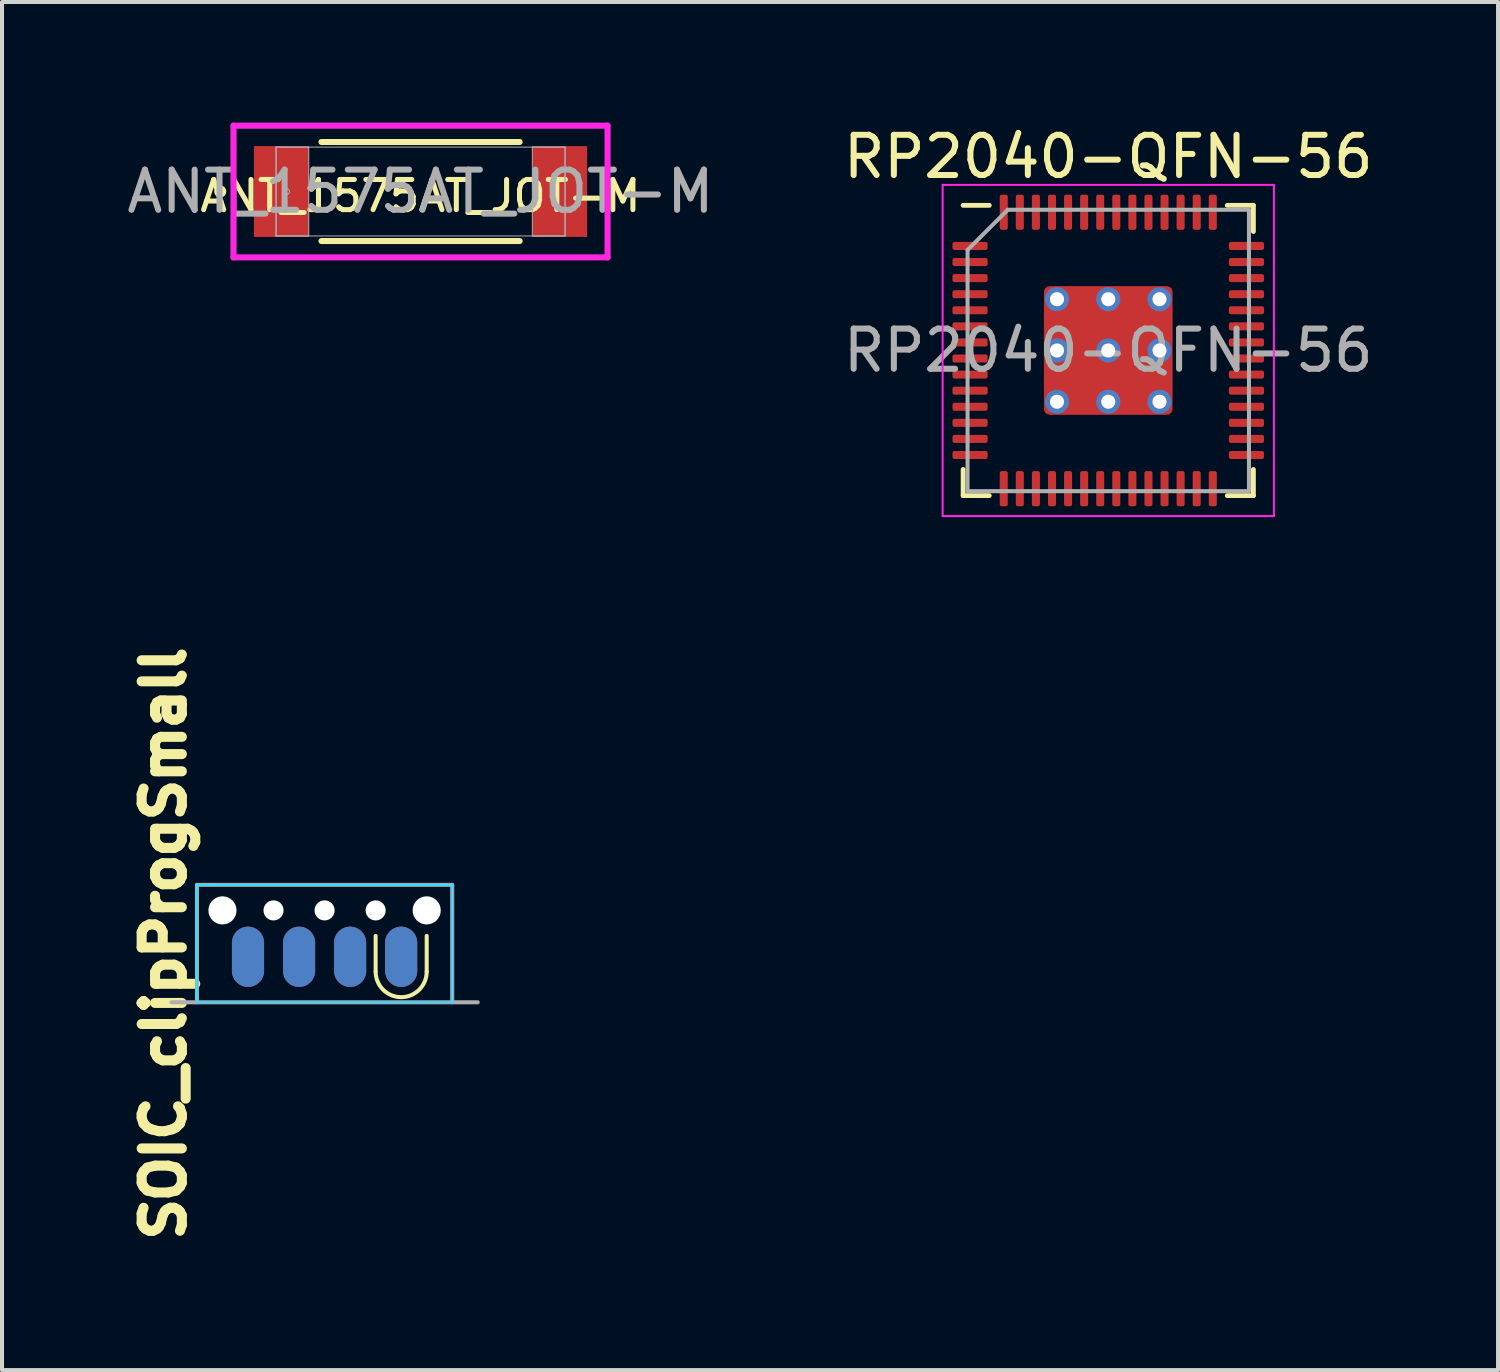
<source format=kicad_pcb>
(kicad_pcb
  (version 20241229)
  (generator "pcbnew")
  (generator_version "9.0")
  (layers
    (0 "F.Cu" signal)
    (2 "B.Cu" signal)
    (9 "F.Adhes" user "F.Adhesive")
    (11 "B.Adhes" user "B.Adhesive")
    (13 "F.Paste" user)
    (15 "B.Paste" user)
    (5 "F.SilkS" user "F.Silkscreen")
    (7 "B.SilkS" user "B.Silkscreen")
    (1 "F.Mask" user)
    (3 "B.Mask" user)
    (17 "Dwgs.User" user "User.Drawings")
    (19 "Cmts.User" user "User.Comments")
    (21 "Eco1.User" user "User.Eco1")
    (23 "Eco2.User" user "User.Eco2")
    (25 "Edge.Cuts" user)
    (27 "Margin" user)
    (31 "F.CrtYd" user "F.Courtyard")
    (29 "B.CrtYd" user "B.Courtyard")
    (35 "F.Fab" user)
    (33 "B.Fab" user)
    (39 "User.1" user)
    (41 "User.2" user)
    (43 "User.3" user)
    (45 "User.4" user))
  (footprint "RP2040-QFN-56"
    (layer "F.Cu")
    (at 24.518 5.668)
    (property "Reference" "RP2040-QFN-56" (at 0 -4.82 0) (layer "F.SilkS") (effects (font (size 1 1) (thickness 0.15))))
    (attr smd)
    (fp_line (start -3.61 3.61) (end -3.61 2.96) (stroke (width 0.12) (type solid)) (layer "F.SilkS"))
    (fp_line (start -2.96 -3.61) (end -3.61 -3.61) (stroke (width 0.12) (type solid)) (layer "F.SilkS"))
    (fp_line (start -2.96 3.61) (end -3.61 3.61) (stroke (width 0.12) (type solid)) (layer "F.SilkS"))
    (fp_line (start 2.96 -3.61) (end 3.61 -3.61) (stroke (width 0.12) (type solid)) (layer "F.SilkS"))
    (fp_line (start 2.96 3.61) (end 3.61 3.61) (stroke (width 0.12) (type solid)) (layer "F.SilkS"))
    (fp_line (start 3.61 -3.61) (end 3.61 -2.96) (stroke (width 0.12) (type solid)) (layer "F.SilkS"))
    (fp_line (start 3.61 3.61) (end 3.61 2.96) (stroke (width 0.12) (type solid)) (layer "F.SilkS"))
    (fp_line (start -4.12 -4.12) (end -4.12 4.12) (stroke (width 0.05) (type solid)) (layer "F.CrtYd"))
    (fp_line (start -4.12 4.12) (end 4.12 4.12) (stroke (width 0.05) (type solid)) (layer "F.CrtYd"))
    (fp_line (start 4.12 -4.12) (end -4.12 -4.12) (stroke (width 0.05) (type solid)) (layer "F.CrtYd"))
    (fp_line (start 4.12 4.12) (end 4.12 -4.12) (stroke (width 0.05) (type solid)) (layer "F.CrtYd"))
    (fp_line (start -3.5 -2.5) (end -2.5 -3.5) (stroke (width 0.1) (type solid)) (layer "F.Fab"))
    (fp_line (start -3.5 3.5) (end -3.5 -2.5) (stroke (width 0.1) (type solid)) (layer "F.Fab"))
    (fp_line (start -2.5 -3.5) (end 3.5 -3.5) (stroke (width 0.1) (type solid)) (layer "F.Fab"))
    (fp_line (start 3.5 -3.5) (end 3.5 3.5) (stroke (width 0.1) (type solid)) (layer "F.Fab"))
    (fp_line (start 3.5 3.5) (end -3.5 3.5) (stroke (width 0.1) (type solid)) (layer "F.Fab"))
    (fp_text user "${REFERENCE}" (at 0 0 0) (layer "F.Fab") (effects (font (size 1 1) (thickness 0.15))))
    (pad "" smd roundrect (at -0.637 -0.637) (size 1.084 1.084) (layers "F.Paste") (roundrect_rratio 0.231))
    (pad "" smd roundrect (at -0.637 0.637) (size 1.084 1.084) (layers "F.Paste") (roundrect_rratio 0.231))
    (pad "" smd roundrect (at 0.637 -0.637) (size 1.084 1.084) (layers "F.Paste") (roundrect_rratio 0.231))
    (pad "" smd roundrect (at 0.637 0.637) (size 1.084 1.084) (layers "F.Paste") (roundrect_rratio 0.231))
    (pad "1" smd roundrect (at -3.438 -2.6) (size 0.875 0.2) (layers "F.Cu" "F.Mask" "F.Paste") (roundrect_rratio 0.25))
    (pad "2" smd roundrect (at -3.438 -2.2) (size 0.875 0.2) (layers "F.Cu" "F.Mask" "F.Paste") (roundrect_rratio 0.25))
    (pad "3" smd roundrect (at -3.438 -1.8) (size 0.875 0.2) (layers "F.Cu" "F.Mask" "F.Paste") (roundrect_rratio 0.25))
    (pad "4" smd roundrect (at -3.438 -1.4) (size 0.875 0.2) (layers "F.Cu" "F.Mask" "F.Paste") (roundrect_rratio 0.25))
    (pad "5" smd roundrect (at -3.438 -1) (size 0.875 0.2) (layers "F.Cu" "F.Mask" "F.Paste") (roundrect_rratio 0.25))
    (pad "6" smd roundrect (at -3.438 -0.6) (size 0.875 0.2) (layers "F.Cu" "F.Mask" "F.Paste") (roundrect_rratio 0.25))
    (pad "7" smd roundrect (at -3.438 -0.2) (size 0.875 0.2) (layers "F.Cu" "F.Mask" "F.Paste") (roundrect_rratio 0.25))
    (pad "8" smd roundrect (at -3.438 0.2) (size 0.875 0.2) (layers "F.Cu" "F.Mask" "F.Paste") (roundrect_rratio 0.25))
    (pad "9" smd roundrect (at -3.438 0.6) (size 0.875 0.2) (layers "F.Cu" "F.Mask" "F.Paste") (roundrect_rratio 0.25))
    (pad "10" smd roundrect (at -3.438 1) (size 0.875 0.2) (layers "F.Cu" "F.Mask" "F.Paste") (roundrect_rratio 0.25))
    (pad "11" smd roundrect (at -3.438 1.4) (size 0.875 0.2) (layers "F.Cu" "F.Mask" "F.Paste") (roundrect_rratio 0.25))
    (pad "12" smd roundrect (at -3.438 1.8) (size 0.875 0.2) (layers "F.Cu" "F.Mask" "F.Paste") (roundrect_rratio 0.25))
    (pad "13" smd roundrect (at -3.438 2.2) (size 0.875 0.2) (layers "F.Cu" "F.Mask" "F.Paste") (roundrect_rratio 0.25))
    (pad "14" smd roundrect (at -3.438 2.6) (size 0.875 0.2) (layers "F.Cu" "F.Mask" "F.Paste") (roundrect_rratio 0.25))
    (pad "15" smd roundrect (at -2.6 3.438) (size 0.2 0.875) (layers "F.Cu" "F.Mask" "F.Paste") (roundrect_rratio 0.25))
    (pad "16" smd roundrect (at -2.2 3.438) (size 0.2 0.875) (layers "F.Cu" "F.Mask" "F.Paste") (roundrect_rratio 0.25))
    (pad "17" smd roundrect (at -1.8 3.438) (size 0.2 0.875) (layers "F.Cu" "F.Mask" "F.Paste") (roundrect_rratio 0.25))
    (pad "18" smd roundrect (at -1.4 3.438) (size 0.2 0.875) (layers "F.Cu" "F.Mask" "F.Paste") (roundrect_rratio 0.25))
    (pad "19" smd roundrect (at -1 3.438) (size 0.2 0.875) (layers "F.Cu" "F.Mask" "F.Paste") (roundrect_rratio 0.25))
    (pad "20" smd roundrect (at -0.6 3.438) (size 0.2 0.875) (layers "F.Cu" "F.Mask" "F.Paste") (roundrect_rratio 0.25))
    (pad "21" smd roundrect (at -0.2 3.438) (size 0.2 0.875) (layers "F.Cu" "F.Mask" "F.Paste") (roundrect_rratio 0.25))
    (pad "22" smd roundrect (at 0.2 3.438) (size 0.2 0.875) (layers "F.Cu" "F.Mask" "F.Paste") (roundrect_rratio 0.25))
    (pad "23" smd roundrect (at 0.6 3.438) (size 0.2 0.875) (layers "F.Cu" "F.Mask" "F.Paste") (roundrect_rratio 0.25))
    (pad "24" smd roundrect (at 1 3.438) (size 0.2 0.875) (layers "F.Cu" "F.Mask" "F.Paste") (roundrect_rratio 0.25))
    (pad "25" smd roundrect (at 1.4 3.438) (size 0.2 0.875) (layers "F.Cu" "F.Mask" "F.Paste") (roundrect_rratio 0.25))
    (pad "26" smd roundrect (at 1.8 3.438) (size 0.2 0.875) (layers "F.Cu" "F.Mask" "F.Paste") (roundrect_rratio 0.25))
    (pad "27" smd roundrect (at 2.2 3.438) (size 0.2 0.875) (layers "F.Cu" "F.Mask" "F.Paste") (roundrect_rratio 0.25))
    (pad "28" smd roundrect (at 2.6 3.438) (size 0.2 0.875) (layers "F.Cu" "F.Mask" "F.Paste") (roundrect_rratio 0.25))
    (pad "29" smd roundrect (at 3.438 2.6) (size 0.875 0.2) (layers "F.Cu" "F.Mask" "F.Paste") (roundrect_rratio 0.25))
    (pad "30" smd roundrect (at 3.438 2.2) (size 0.875 0.2) (layers "F.Cu" "F.Mask" "F.Paste") (roundrect_rratio 0.25))
    (pad "31" smd roundrect (at 3.438 1.8) (size 0.875 0.2) (layers "F.Cu" "F.Mask" "F.Paste") (roundrect_rratio 0.25))
    (pad "32" smd roundrect (at 3.438 1.4) (size 0.875 0.2) (layers "F.Cu" "F.Mask" "F.Paste") (roundrect_rratio 0.25))
    (pad "33" smd roundrect (at 3.438 1) (size 0.875 0.2) (layers "F.Cu" "F.Mask" "F.Paste") (roundrect_rratio 0.25))
    (pad "34" smd roundrect (at 3.438 0.6) (size 0.875 0.2) (layers "F.Cu" "F.Mask" "F.Paste") (roundrect_rratio 0.25))
    (pad "35" smd roundrect (at 3.438 0.2) (size 0.875 0.2) (layers "F.Cu" "F.Mask" "F.Paste") (roundrect_rratio 0.25))
    (pad "36" smd roundrect (at 3.438 -0.2) (size 0.875 0.2) (layers "F.Cu" "F.Mask" "F.Paste") (roundrect_rratio 0.25))
    (pad "37" smd roundrect (at 3.438 -0.6) (size 0.875 0.2) (layers "F.Cu" "F.Mask" "F.Paste") (roundrect_rratio 0.25))
    (pad "38" smd roundrect (at 3.438 -1) (size 0.875 0.2) (layers "F.Cu" "F.Mask" "F.Paste") (roundrect_rratio 0.25))
    (pad "39" smd roundrect (at 3.438 -1.4) (size 0.875 0.2) (layers "F.Cu" "F.Mask" "F.Paste") (roundrect_rratio 0.25))
    (pad "40" smd roundrect (at 3.438 -1.8) (size 0.875 0.2) (layers "F.Cu" "F.Mask" "F.Paste") (roundrect_rratio 0.25))
    (pad "41" smd roundrect (at 3.438 -2.2) (size 0.875 0.2) (layers "F.Cu" "F.Mask" "F.Paste") (roundrect_rratio 0.25))
    (pad "42" smd roundrect (at 3.438 -2.6) (size 0.875 0.2) (layers "F.Cu" "F.Mask" "F.Paste") (roundrect_rratio 0.25))
    (pad "43" smd roundrect (at 2.6 -3.438) (size 0.2 0.875) (layers "F.Cu" "F.Mask" "F.Paste") (roundrect_rratio 0.25))
    (pad "44" smd roundrect (at 2.2 -3.438) (size 0.2 0.875) (layers "F.Cu" "F.Mask" "F.Paste") (roundrect_rratio 0.25))
    (pad "45" smd roundrect (at 1.8 -3.438) (size 0.2 0.875) (layers "F.Cu" "F.Mask" "F.Paste") (roundrect_rratio 0.25))
    (pad "46" smd roundrect (at 1.4 -3.438) (size 0.2 0.875) (layers "F.Cu" "F.Mask" "F.Paste") (roundrect_rratio 0.25))
    (pad "47" smd roundrect (at 1 -3.438) (size 0.2 0.875) (layers "F.Cu" "F.Mask" "F.Paste") (roundrect_rratio 0.25))
    (pad "48" smd roundrect (at 0.6 -3.438) (size 0.2 0.875) (layers "F.Cu" "F.Mask" "F.Paste") (roundrect_rratio 0.25))
    (pad "49" smd roundrect (at 0.2 -3.438) (size 0.2 0.875) (layers "F.Cu" "F.Mask" "F.Paste") (roundrect_rratio 0.25))
    (pad "50" smd roundrect (at -0.2 -3.438) (size 0.2 0.875) (layers "F.Cu" "F.Mask" "F.Paste") (roundrect_rratio 0.25))
    (pad "51" smd roundrect (at -0.6 -3.438) (size 0.2 0.875) (layers "F.Cu" "F.Mask" "F.Paste") (roundrect_rratio 0.25))
    (pad "52" smd roundrect (at -1 -3.438) (size 0.2 0.875) (layers "F.Cu" "F.Mask" "F.Paste") (roundrect_rratio 0.25))
    (pad "53" smd roundrect (at -1.4 -3.438) (size 0.2 0.875) (layers "F.Cu" "F.Mask" "F.Paste") (roundrect_rratio 0.25))
    (pad "54" smd roundrect (at -1.8 -3.438) (size 0.2 0.875) (layers "F.Cu" "F.Mask" "F.Paste") (roundrect_rratio 0.25))
    (pad "55" smd roundrect (at -2.2 -3.438) (size 0.2 0.875) (layers "F.Cu" "F.Mask" "F.Paste") (roundrect_rratio 0.25))
    (pad "56" smd roundrect (at -2.6 -3.438) (size 0.2 0.875) (layers "F.Cu" "F.Mask" "F.Paste") (roundrect_rratio 0.25))
    (pad "57" thru_hole circle (at -1.275 -1.275) (size 0.6 0.6) (drill 0.35) (layers "*.Cu"))
    (pad "57" thru_hole circle (at -1.275 0) (size 0.6 0.6) (drill 0.35) (layers "*.Cu"))
    (pad "57" thru_hole circle (at -1.275 1.275) (size 0.6 0.6) (drill 0.35) (layers "*.Cu"))
    (pad "57" thru_hole circle (at 0 -1.275) (size 0.6 0.6) (drill 0.35) (layers "*.Cu"))
    (pad "57" thru_hole circle (at 0 0) (size 0.6 0.6) (drill 0.35) (layers "*.Cu"))
    (pad "57" smd roundrect (at 0 0) (size 3.2 3.2) (layers "F.Cu" "F.Mask") (roundrect_rratio 0.045))
    (pad "57" thru_hole circle (at 0 1.275) (size 0.6 0.6) (drill 0.35) (layers "*.Cu"))
    (pad "57" thru_hole circle (at 1.275 -1.275) (size 0.6 0.6) (drill 0.35) (layers "*.Cu"))
    (pad "57" thru_hole circle (at 1.275 0) (size 0.6 0.6) (drill 0.35) (layers "*.Cu"))
    (pad "57" thru_hole circle (at 1.275 1.275) (size 0.6 0.6) (drill 0.35) (layers "*.Cu")))
  (footprint "SOIC_clipProgSmall"
    (layer "F.Cu")
    (at 5.024 21.501)
    (property "Reference" "SOIC_clipProgSmall" (at -4 -1.079 270) (layer "F.SilkS") (effects (font (size 1 1) (thickness 0.25))))
    (attr through_hole)
    (fp_line (start 1.27 -0.381) (end 1.27 -1.27) (stroke (width 0.1) (type solid)) (layer "F.SilkS"))
    (fp_line (start 2.54 -0.381) (end 2.54 -1.27) (stroke (width 0.1) (type solid)) (layer "F.SilkS"))
    (fp_arc (start 2.54 -0.381) (mid 1.905 0.254) (end 1.27 -0.381) (stroke (width 0.1) (type solid)) (layer "F.SilkS"))
    (fp_line (start -3.175 -2.54) (end 3.175 -2.54) (stroke (width 0.05) (type solid)) (layer "B.CrtYd"))
    (fp_line (start -3.175 0.381) (end -3.175 -2.54) (stroke (width 0.05) (type solid)) (layer "B.CrtYd"))
    (fp_line (start 3.175 -2.54) (end 3.175 0.381) (stroke (width 0.05) (type solid)) (layer "B.CrtYd"))
    (fp_line (start 3.175 0.381) (end -3.175 0.381) (stroke (width 0.05) (type solid)) (layer "B.CrtYd"))
    (fp_line (start -3.175 -2.54) (end -3.175 0.381) (stroke (width 0.05) (type solid)) (layer "F.CrtYd"))
    (fp_line (start -3.175 0.381) (end 3.175 0.381) (stroke (width 0.05) (type solid)) (layer "F.CrtYd"))
    (fp_line (start 3.175 -2.54) (end -3.175 -2.54) (stroke (width 0.05) (type solid)) (layer "F.CrtYd"))
    (fp_line (start 3.175 0.381) (end 3.175 -2.54) (stroke (width 0.05) (type solid)) (layer "F.CrtYd"))
    (fp_line (start -3.81 0.381) (end 3.81 0.381) (stroke (width 0.1) (type solid)) (layer "F.Fab"))
    (fp_line (start -3.175 -2.54) (end -3.175 0.381) (stroke (width 0.1) (type solid)) (layer "F.Fab"))
    (fp_line (start 3.175 -2.54) (end -3.175 -2.54) (stroke (width 0.1) (type solid)) (layer "F.Fab"))
    (fp_line (start 3.175 0.381) (end 3.175 -2.54) (stroke (width 0.1) (type solid)) (layer "F.Fab"))
    (pad "" np_thru_hole circle (at -2.54 -1.905) (size 0.7 0.7) (drill 0.7) (layers "*.Cu" "*.Mask"))
    (pad "" np_thru_hole circle (at -1.27 -1.905) (size 0.5 0.5) (drill 0.5) (layers "*.Cu" "*.Mask"))
    (pad "" np_thru_hole circle (at 0 -1.905) (size 0.5 0.5) (drill 0.5) (layers "*.Cu" "*.Mask"))
    (pad "" np_thru_hole circle (at 1.27 -1.905) (size 0.5 0.5) (drill 0.5) (layers "*.Cu" "*.Mask"))
    (pad "" np_thru_hole circle (at 2.54 -1.905) (size 0.7 0.7) (drill 0.7) (layers "*.Cu" "*.Mask"))
    (pad "1" smd oval (at 1.905 -0.75) (size 0.8 1.5) (layers "F.Cu" "F.Mask"))
    (pad "2" smd oval (at 0.635 -0.75) (size 0.8 1.5) (layers "F.Cu" "F.Mask"))
    (pad "3" smd oval (at -0.635 -0.75) (size 0.8 1.5) (layers "F.Cu" "F.Mask"))
    (pad "4" smd oval (at -1.905 -0.75) (size 0.8 1.5) (layers "F.Cu" "F.Mask"))
    (pad "5" smd oval (at -1.905 -0.75) (size 0.8 1.5) (layers "B.Cu" "B.Mask"))
    (pad "6" smd oval (at -0.635 -0.75) (size 0.8 1.5) (layers "B.Cu" "B.Mask"))
    (pad "7" smd oval (at 0.635 -0.75) (size 0.8 1.5) (layers "B.Cu" "B.Mask"))
    (pad "8" smd oval (at 1.905 -0.75) (size 0.8 1.5) (layers "B.Cu" "B.Mask")))
  (footprint "ANT_1575AT_JOT-M"
    (layer "F.Cu")
    (at 7.411 1.714)
    (property "Reference" "ANT_1575AT_JOT-M" (at -0.003 0.11 0) (layer "F.SilkS") (effects (font (size 0.75 0.75) (thickness 0.125))))
    (attr smd)
    (fp_line (start -2.465 1.232) (end 2.465 1.232) (stroke (width 0.15) (type solid)) (layer "F.SilkS"))
    (fp_line (start 2.465 -1.232) (end -2.465 -1.232) (stroke (width 0.15) (type solid)) (layer "F.SilkS"))
    (fp_circle (center -4.982 0) (end -4.906 0) (stroke (width 0.15) (type solid)) (fill no) (layer "F.SilkS"))
    (fp_line (start -4.652 -1.638) (end 4.652 -1.638) (stroke (width 0.152) (type solid)) (layer "F.CrtYd"))
    (fp_line (start -4.652 1.638) (end -4.652 -1.638) (stroke (width 0.152) (type solid)) (layer "F.CrtYd"))
    (fp_line (start 4.652 -1.638) (end 4.652 1.638) (stroke (width 0.152) (type solid)) (layer "F.CrtYd"))
    (fp_line (start 4.652 1.638) (end -4.652 1.638) (stroke (width 0.152) (type solid)) (layer "F.CrtYd"))
    (fp_line (start -3.594 -1.105) (end -3.594 1.105) (stroke (width 0.025) (type solid)) (layer "F.Fab"))
    (fp_line (start -3.594 -1.105) (end -3.594 1.105) (stroke (width 0.025) (type solid)) (layer "F.Fab"))
    (fp_line (start -3.594 1.105) (end -2.781 1.105) (stroke (width 0.025) (type solid)) (layer "F.Fab"))
    (fp_line (start -3.594 1.105) (end 3.594 1.105) (stroke (width 0.025) (type solid)) (layer "F.Fab"))
    (fp_line (start -2.781 -1.105) (end -3.594 -1.105) (stroke (width 0.025) (type solid)) (layer "F.Fab"))
    (fp_line (start -2.781 1.105) (end -2.781 -1.105) (stroke (width 0.025) (type solid)) (layer "F.Fab"))
    (fp_line (start 2.781 -1.105) (end 2.781 1.105) (stroke (width 0.025) (type solid)) (layer "F.Fab"))
    (fp_line (start 2.781 1.105) (end 3.594 1.105) (stroke (width 0.025) (type solid)) (layer "F.Fab"))
    (fp_line (start 3.594 -1.105) (end -3.594 -1.105) (stroke (width 0.025) (type solid)) (layer "F.Fab"))
    (fp_line (start 3.594 -1.105) (end 2.781 -1.105) (stroke (width 0.025) (type solid)) (layer "F.Fab"))
    (fp_line (start 3.594 1.105) (end 3.594 -1.105) (stroke (width 0.025) (type solid)) (layer "F.Fab"))
    (fp_line (start 3.594 1.105) (end 3.594 -1.105) (stroke (width 0.025) (type solid)) (layer "F.Fab"))
    (fp_circle (center -3.336 0) (end -3.26 0) (stroke (width 0.025) (type solid)) (fill no) (layer "F.Fab"))
    (fp_text user "${REFERENCE}" (at 0 0 0) (unlocked yes) (layer "F.Fab") (effects (font (size 1 1) (thickness 0.15))))
    (pad "1" smd rect (at -3.463 0) (size 1.363 2.26) (layers "F.Cu" "F.Mask" "F.Paste"))
    (pad "2" smd rect (at 3.463 0) (size 1.363 2.26) (layers "F.Cu" "F.Mask" "F.Paste"))
    (zone (net_name "") (layer "F.Cu") (hatch full 0.508) (connect_pads) (min_thickness 0.254) (filled_areas_thickness no) (keepout (tracks not_allowed) (vias not_allowed) (pads allowed) (copperpour not_allowed) (footprints allowed)) (placement (enabled no)) (fill) (polygon (pts (xy 4.68 0.66) (xy 10.141 0.66) (xy 10.141 2.768) (xy 4.68 2.768)))))
  (gr_rect
    (start -3 -3)
    (end 34.214 31.03)
    (stroke (width 0.1) (type default))
    (fill no)
    (layer "Edge.Cuts")))
</source>
